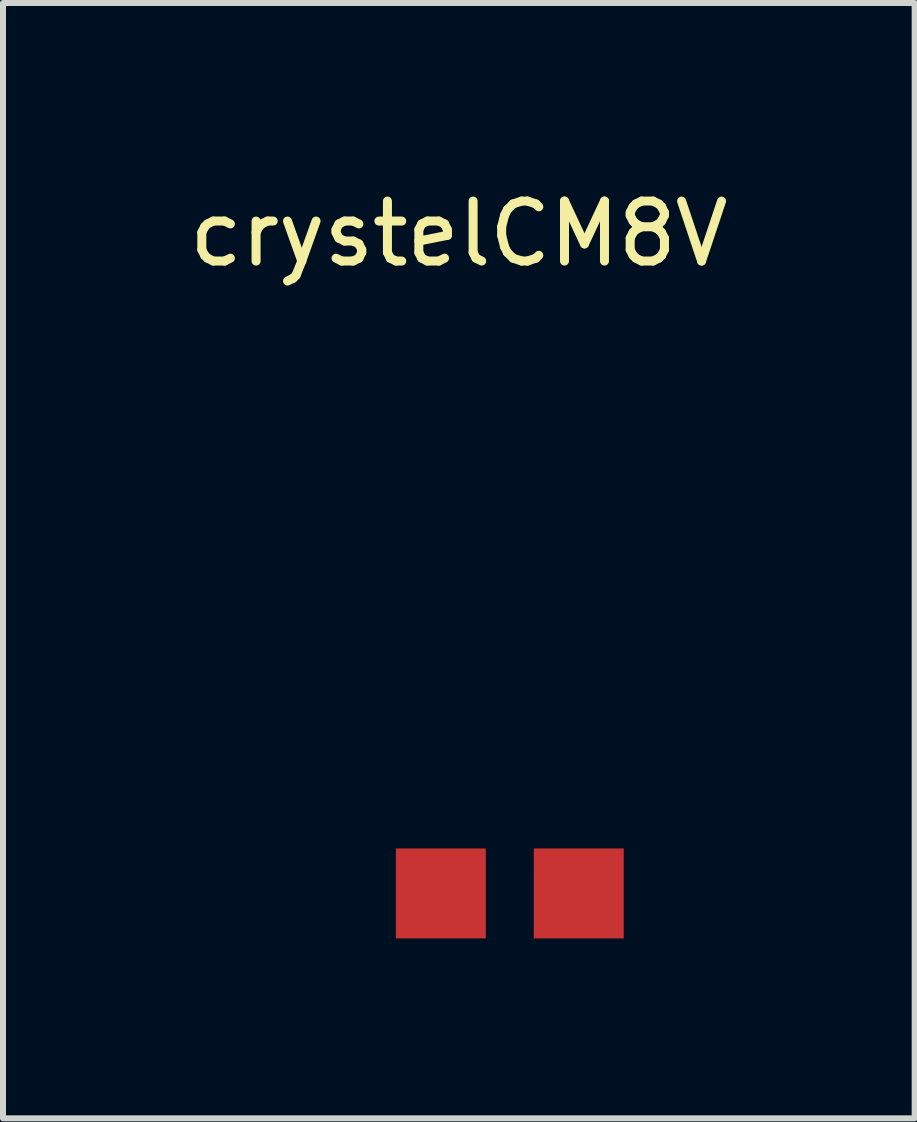
<source format=kicad_pcb>
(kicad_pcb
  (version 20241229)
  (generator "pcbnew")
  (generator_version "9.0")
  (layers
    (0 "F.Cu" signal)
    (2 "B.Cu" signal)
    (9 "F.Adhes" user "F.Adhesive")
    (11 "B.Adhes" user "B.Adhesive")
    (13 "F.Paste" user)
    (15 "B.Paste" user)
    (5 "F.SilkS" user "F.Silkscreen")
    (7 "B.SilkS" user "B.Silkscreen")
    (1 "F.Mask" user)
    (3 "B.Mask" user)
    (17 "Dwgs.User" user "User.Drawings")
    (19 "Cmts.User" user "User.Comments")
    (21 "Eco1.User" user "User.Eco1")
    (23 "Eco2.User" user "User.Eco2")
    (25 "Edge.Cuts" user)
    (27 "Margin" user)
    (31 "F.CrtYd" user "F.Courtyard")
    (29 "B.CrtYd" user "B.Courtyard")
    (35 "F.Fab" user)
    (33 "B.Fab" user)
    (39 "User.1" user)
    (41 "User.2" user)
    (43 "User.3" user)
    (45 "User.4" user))
  (footprint "crystelCM8V"
    (layer "F.Cu")
    (at 4.301 11.848)
    (property "Reference" "crystelCM8V" (at 0.3 -11 0) (layer "F.SilkS") (effects (font (size 1 1) (thickness 0.15))))
    (attr through_hole)
    (pad "1" smd rect (at 0 0) (size 1.5 1.5) (layers "F.Cu" "F.Mask" "F.Paste"))
    (pad "2" smd rect (at 2.3 0) (size 1.5 1.5) (layers "F.Cu" "F.Mask" "F.Paste")))
  (gr_rect
    (start -3 -3)
    (end 12.202 15.598)
    (stroke (width 0.1) (type default))
    (fill no)
    (layer "Edge.Cuts")))
</source>
